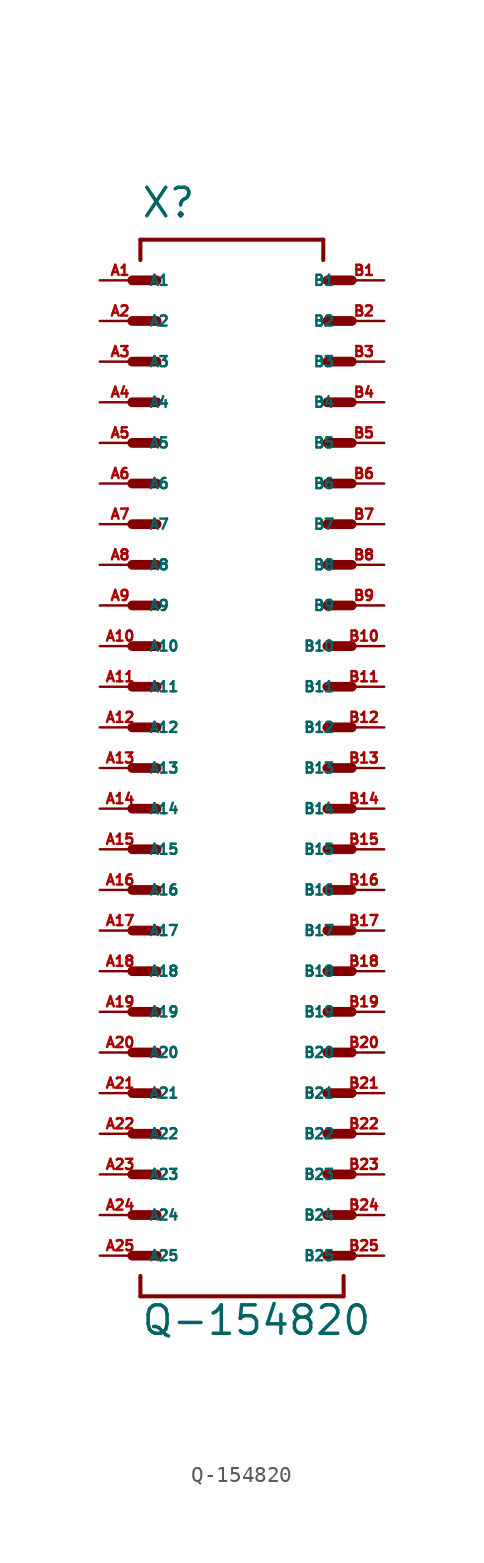
<source format=kicad_sym>
(kicad_symbol_lib
  (version 20220914)
  (generator Eagle2Kicad)
  (symbol "Q-154820"
    (property "Reference" "X"
      (at -5.08 34.29 0)
      (effects (font (size 1.778 1.778) (thickness 0.22)) (justify left bottom)))
    (property "Value" "Q-154820"
      (at -5.08 -35.56 0)
      (effects (font (size 1.778 1.778) (thickness 0.22)) (justify left bottom)))
    (polyline
      (pts (xy -5.588 30.48) (xy -4.064 30.48))
      (stroke (width 0.61) (type default))
      (fill (type none)))
    (polyline
      (pts (xy -5.588 27.94) (xy -4.064 27.94))
      (stroke (width 0.61) (type default))
      (fill (type none)))
    (polyline
      (pts (xy -5.588 25.4) (xy -4.064 25.4))
      (stroke (width 0.61) (type default))
      (fill (type none)))
    (polyline
      (pts (xy -5.588 22.86) (xy -4.064 22.86))
      (stroke (width 0.61) (type default))
      (fill (type none)))
    (polyline
      (pts (xy -5.588 20.32) (xy -4.064 20.32))
      (stroke (width 0.61) (type default))
      (fill (type none)))
    (polyline
      (pts (xy -5.588 17.78) (xy -4.064 17.78))
      (stroke (width 0.61) (type default))
      (fill (type none)))
    (polyline
      (pts (xy 8.128 17.78) (xy 6.604 17.78))
      (stroke (width 0.61) (type default))
      (fill (type none)))
    (polyline
      (pts (xy 8.128 20.32) (xy 6.604 20.32))
      (stroke (width 0.61) (type default))
      (fill (type none)))
    (polyline
      (pts (xy 8.128 22.86) (xy 6.604 22.86))
      (stroke (width 0.61) (type default))
      (fill (type none)))
    (polyline
      (pts (xy 8.128 25.4) (xy 6.604 25.4))
      (stroke (width 0.61) (type default))
      (fill (type none)))
    (polyline
      (pts (xy 8.128 27.94) (xy 6.604 27.94))
      (stroke (width 0.61) (type default))
      (fill (type none)))
    (polyline
      (pts (xy 8.128 30.48) (xy 6.604 30.48))
      (stroke (width 0.61) (type default))
      (fill (type none)))
    (polyline
      (pts (xy -5.08 31.75) (xy -5.08 33.02))
      (stroke (width 0.254) (type default))
      (fill (type none)))
    (polyline
      (pts (xy -5.08 33.02) (xy 6.35 33.02))
      (stroke (width 0.254) (type default))
      (fill (type none)))
    (polyline
      (pts (xy 6.35 33.02) (xy 6.35 31.75))
      (stroke (width 0.254) (type default))
      (fill (type none)))
    (polyline
      (pts (xy -5.08 -31.75) (xy -5.08 -33.02))
      (stroke (width 0.254) (type default))
      (fill (type none)))
    (polyline
      (pts (xy -5.08 -33.02) (xy 7.62 -33.02))
      (stroke (width 0.254) (type default))
      (fill (type none)))
    (polyline
      (pts (xy 7.62 -33.02) (xy 7.62 -31.75))
      (stroke (width 0.254) (type default))
      (fill (type none)))
    (polyline
      (pts (xy -5.588 15.24) (xy -4.064 15.24))
      (stroke (width 0.61) (type default))
      (fill (type none)))
    (polyline
      (pts (xy -5.588 12.7) (xy -4.064 12.7))
      (stroke (width 0.61) (type default))
      (fill (type none)))
    (polyline
      (pts (xy -5.588 10.16) (xy -4.064 10.16))
      (stroke (width 0.61) (type default))
      (fill (type none)))
    (polyline
      (pts (xy -5.588 7.62) (xy -4.064 7.62))
      (stroke (width 0.61) (type default))
      (fill (type none)))
    (polyline
      (pts (xy -5.588 5.08) (xy -4.064 5.08))
      (stroke (width 0.61) (type default))
      (fill (type none)))
    (polyline
      (pts (xy -5.588 2.54) (xy -4.064 2.54))
      (stroke (width 0.61) (type default))
      (fill (type none)))
    (polyline
      (pts (xy 8.128 2.54) (xy 6.604 2.54))
      (stroke (width 0.61) (type default))
      (fill (type none)))
    (polyline
      (pts (xy 8.128 5.08) (xy 6.604 5.08))
      (stroke (width 0.61) (type default))
      (fill (type none)))
    (polyline
      (pts (xy 8.128 7.62) (xy 6.604 7.62))
      (stroke (width 0.61) (type default))
      (fill (type none)))
    (polyline
      (pts (xy 8.128 10.16) (xy 6.604 10.16))
      (stroke (width 0.61) (type default))
      (fill (type none)))
    (polyline
      (pts (xy 8.128 12.7) (xy 6.604 12.7))
      (stroke (width 0.61) (type default))
      (fill (type none)))
    (polyline
      (pts (xy 8.128 15.24) (xy 6.604 15.24))
      (stroke (width 0.61) (type default))
      (fill (type none)))
    (polyline
      (pts (xy -5.588 0) (xy -4.064 0))
      (stroke (width 0.61) (type default))
      (fill (type none)))
    (polyline
      (pts (xy 8.128 0) (xy 6.604 0))
      (stroke (width 0.61) (type default))
      (fill (type none)))
    (polyline
      (pts (xy -5.588 -2.54) (xy -4.064 -2.54))
      (stroke (width 0.61) (type default))
      (fill (type none)))
    (polyline
      (pts (xy -5.588 -5.08) (xy -4.064 -5.08))
      (stroke (width 0.61) (type default))
      (fill (type none)))
    (polyline
      (pts (xy -5.588 -7.62) (xy -4.064 -7.62))
      (stroke (width 0.61) (type default))
      (fill (type none)))
    (polyline
      (pts (xy -5.588 -10.16) (xy -4.064 -10.16))
      (stroke (width 0.61) (type default))
      (fill (type none)))
    (polyline
      (pts (xy -5.588 -12.7) (xy -4.064 -12.7))
      (stroke (width 0.61) (type default))
      (fill (type none)))
    (polyline
      (pts (xy -5.588 -15.24) (xy -4.064 -15.24))
      (stroke (width 0.61) (type default))
      (fill (type none)))
    (polyline
      (pts (xy 8.128 -15.24) (xy 6.604 -15.24))
      (stroke (width 0.61) (type default))
      (fill (type none)))
    (polyline
      (pts (xy 8.128 -12.7) (xy 6.604 -12.7))
      (stroke (width 0.61) (type default))
      (fill (type none)))
    (polyline
      (pts (xy 8.128 -10.16) (xy 6.604 -10.16))
      (stroke (width 0.61) (type default))
      (fill (type none)))
    (polyline
      (pts (xy 8.128 -7.62) (xy 6.604 -7.62))
      (stroke (width 0.61) (type default))
      (fill (type none)))
    (polyline
      (pts (xy 8.128 -5.08) (xy 6.604 -5.08))
      (stroke (width 0.61) (type default))
      (fill (type none)))
    (polyline
      (pts (xy 8.128 -2.54) (xy 6.604 -2.54))
      (stroke (width 0.61) (type default))
      (fill (type none)))
    (polyline
      (pts (xy -5.588 -17.78) (xy -4.064 -17.78))
      (stroke (width 0.61) (type default))
      (fill (type none)))
    (polyline
      (pts (xy -5.588 -20.32) (xy -4.064 -20.32))
      (stroke (width 0.61) (type default))
      (fill (type none)))
    (polyline
      (pts (xy -5.588 -22.86) (xy -4.064 -22.86))
      (stroke (width 0.61) (type default))
      (fill (type none)))
    (polyline
      (pts (xy -5.588 -25.4) (xy -4.064 -25.4))
      (stroke (width 0.61) (type default))
      (fill (type none)))
    (polyline
      (pts (xy -5.588 -27.94) (xy -4.064 -27.94))
      (stroke (width 0.61) (type default))
      (fill (type none)))
    (polyline
      (pts (xy -5.588 -30.48) (xy -4.064 -30.48))
      (stroke (width 0.61) (type default))
      (fill (type none)))
    (polyline
      (pts (xy 8.128 -30.48) (xy 6.604 -30.48))
      (stroke (width 0.61) (type default))
      (fill (type none)))
    (polyline
      (pts (xy 8.128 -27.94) (xy 6.604 -27.94))
      (stroke (width 0.61) (type default))
      (fill (type none)))
    (polyline
      (pts (xy 8.128 -25.4) (xy 6.604 -25.4))
      (stroke (width 0.61) (type default))
      (fill (type none)))
    (polyline
      (pts (xy 8.128 -22.86) (xy 6.604 -22.86))
      (stroke (width 0.61) (type default))
      (fill (type none)))
    (polyline
      (pts (xy 8.128 -20.32) (xy 6.604 -20.32))
      (stroke (width 0.61) (type default))
      (fill (type none)))
    (polyline
      (pts (xy 8.128 -17.78) (xy 6.604 -17.78))
      (stroke (width 0.61) (type default))
      (fill (type none)))
    (pin passive line
      (at -7.62 30.48 0)
      (length 2.54)
      (name "A1" (effects (font (size 0.635 0.635) (thickness 0.08)) (justify left bottom)))
      (number "A1" (effects (font (size 0.635 0.635) (thickness 0.08)) (justify left bottom))))
    (pin passive line
      (at -7.62 27.94 0)
      (length 2.54)
      (name "A2" (effects (font (size 0.635 0.635) (thickness 0.08)) (justify left bottom)))
      (number "A2" (effects (font (size 0.635 0.635) (thickness 0.08)) (justify left bottom))))
    (pin passive line
      (at -7.62 25.4 0)
      (length 2.54)
      (name "A3" (effects (font (size 0.635 0.635) (thickness 0.08)) (justify left bottom)))
      (number "A3" (effects (font (size 0.635 0.635) (thickness 0.08)) (justify left bottom))))
    (pin passive line
      (at -7.62 22.86 0)
      (length 2.54)
      (name "A4" (effects (font (size 0.635 0.635) (thickness 0.08)) (justify left bottom)))
      (number "A4" (effects (font (size 0.635 0.635) (thickness 0.08)) (justify left bottom))))
    (pin passive line
      (at -7.62 20.32 0)
      (length 2.54)
      (name "A5" (effects (font (size 0.635 0.635) (thickness 0.08)) (justify left bottom)))
      (number "A5" (effects (font (size 0.635 0.635) (thickness 0.08)) (justify left bottom))))
    (pin passive line
      (at -7.62 17.78 0)
      (length 2.54)
      (name "A6" (effects (font (size 0.635 0.635) (thickness 0.08)) (justify left bottom)))
      (number "A6" (effects (font (size 0.635 0.635) (thickness 0.08)) (justify left bottom))))
    (pin passive line
      (at 10.16 30.48 180)
      (length 2.54)
      (name "B1" (effects (font (size 0.635 0.635) (thickness 0.08)) (justify left bottom)))
      (number "B1" (effects (font (size 0.635 0.635) (thickness 0.08)) (justify left bottom))))
    (pin passive line
      (at 10.16 27.94 180)
      (length 2.54)
      (name "B2" (effects (font (size 0.635 0.635) (thickness 0.08)) (justify left bottom)))
      (number "B2" (effects (font (size 0.635 0.635) (thickness 0.08)) (justify left bottom))))
    (pin passive line
      (at 10.16 25.4 180)
      (length 2.54)
      (name "B3" (effects (font (size 0.635 0.635) (thickness 0.08)) (justify left bottom)))
      (number "B3" (effects (font (size 0.635 0.635) (thickness 0.08)) (justify left bottom))))
    (pin passive line
      (at 10.16 22.86 180)
      (length 2.54)
      (name "B4" (effects (font (size 0.635 0.635) (thickness 0.08)) (justify left bottom)))
      (number "B4" (effects (font (size 0.635 0.635) (thickness 0.08)) (justify left bottom))))
    (pin passive line
      (at 10.16 20.32 180)
      (length 2.54)
      (name "B5" (effects (font (size 0.635 0.635) (thickness 0.08)) (justify left bottom)))
      (number "B5" (effects (font (size 0.635 0.635) (thickness 0.08)) (justify left bottom))))
    (pin passive line
      (at 10.16 17.78 180)
      (length 2.54)
      (name "B6" (effects (font (size 0.635 0.635) (thickness 0.08)) (justify left bottom)))
      (number "B6" (effects (font (size 0.635 0.635) (thickness 0.08)) (justify left bottom))))
    (pin passive line
      (at -7.62 15.24 0)
      (length 2.54)
      (name "A7" (effects (font (size 0.635 0.635) (thickness 0.08)) (justify left bottom)))
      (number "A7" (effects (font (size 0.635 0.635) (thickness 0.08)) (justify left bottom))))
    (pin passive line
      (at -7.62 12.7 0)
      (length 2.54)
      (name "A8" (effects (font (size 0.635 0.635) (thickness 0.08)) (justify left bottom)))
      (number "A8" (effects (font (size 0.635 0.635) (thickness 0.08)) (justify left bottom))))
    (pin passive line
      (at -7.62 10.16 0)
      (length 2.54)
      (name "A9" (effects (font (size 0.635 0.635) (thickness 0.08)) (justify left bottom)))
      (number "A9" (effects (font (size 0.635 0.635) (thickness 0.08)) (justify left bottom))))
    (pin passive line
      (at -7.62 7.62 0)
      (length 2.54)
      (name "A10" (effects (font (size 0.635 0.635) (thickness 0.08)) (justify left bottom)))
      (number "A10" (effects (font (size 0.635 0.635) (thickness 0.08)) (justify left bottom))))
    (pin passive line
      (at -7.62 5.08 0)
      (length 2.54)
      (name "A11" (effects (font (size 0.635 0.635) (thickness 0.08)) (justify left bottom)))
      (number "A11" (effects (font (size 0.635 0.635) (thickness 0.08)) (justify left bottom))))
    (pin passive line
      (at -7.62 2.54 0)
      (length 2.54)
      (name "A12" (effects (font (size 0.635 0.635) (thickness 0.08)) (justify left bottom)))
      (number "A12" (effects (font (size 0.635 0.635) (thickness 0.08)) (justify left bottom))))
    (pin passive line
      (at 10.16 15.24 180)
      (length 2.54)
      (name "B7" (effects (font (size 0.635 0.635) (thickness 0.08)) (justify left bottom)))
      (number "B7" (effects (font (size 0.635 0.635) (thickness 0.08)) (justify left bottom))))
    (pin passive line
      (at 10.16 12.7 180)
      (length 2.54)
      (name "B8" (effects (font (size 0.635 0.635) (thickness 0.08)) (justify left bottom)))
      (number "B8" (effects (font (size 0.635 0.635) (thickness 0.08)) (justify left bottom))))
    (pin passive line
      (at 10.16 10.16 180)
      (length 2.54)
      (name "B9" (effects (font (size 0.635 0.635) (thickness 0.08)) (justify left bottom)))
      (number "B9" (effects (font (size 0.635 0.635) (thickness 0.08)) (justify left bottom))))
    (pin passive line
      (at 10.16 7.62 180)
      (length 2.54)
      (name "B10" (effects (font (size 0.635 0.635) (thickness 0.08)) (justify left bottom)))
      (number "B10" (effects (font (size 0.635 0.635) (thickness 0.08)) (justify left bottom))))
    (pin passive line
      (at 10.16 5.08 180)
      (length 2.54)
      (name "B11" (effects (font (size 0.635 0.635) (thickness 0.08)) (justify left bottom)))
      (number "B11" (effects (font (size 0.635 0.635) (thickness 0.08)) (justify left bottom))))
    (pin passive line
      (at 10.16 2.54 180)
      (length 2.54)
      (name "B12" (effects (font (size 0.635 0.635) (thickness 0.08)) (justify left bottom)))
      (number "B12" (effects (font (size 0.635 0.635) (thickness 0.08)) (justify left bottom))))
    (pin passive line
      (at -7.62 0 0)
      (length 2.54)
      (name "A13" (effects (font (size 0.635 0.635) (thickness 0.08)) (justify left bottom)))
      (number "A13" (effects (font (size 0.635 0.635) (thickness 0.08)) (justify left bottom))))
    (pin passive line
      (at 10.16 0 180)
      (length 2.54)
      (name "B13" (effects (font (size 0.635 0.635) (thickness 0.08)) (justify left bottom)))
      (number "B13" (effects (font (size 0.635 0.635) (thickness 0.08)) (justify left bottom))))
    (pin passive line
      (at -7.62 -2.54 0)
      (length 2.54)
      (name "A14" (effects (font (size 0.635 0.635) (thickness 0.08)) (justify left bottom)))
      (number "A14" (effects (font (size 0.635 0.635) (thickness 0.08)) (justify left bottom))))
    (pin passive line
      (at -7.62 -5.08 0)
      (length 2.54)
      (name "A15" (effects (font (size 0.635 0.635) (thickness 0.08)) (justify left bottom)))
      (number "A15" (effects (font (size 0.635 0.635) (thickness 0.08)) (justify left bottom))))
    (pin passive line
      (at -7.62 -7.62 0)
      (length 2.54)
      (name "A16" (effects (font (size 0.635 0.635) (thickness 0.08)) (justify left bottom)))
      (number "A16" (effects (font (size 0.635 0.635) (thickness 0.08)) (justify left bottom))))
    (pin passive line
      (at -7.62 -10.16 0)
      (length 2.54)
      (name "A17" (effects (font (size 0.635 0.635) (thickness 0.08)) (justify left bottom)))
      (number "A17" (effects (font (size 0.635 0.635) (thickness 0.08)) (justify left bottom))))
    (pin passive line
      (at -7.62 -12.7 0)
      (length 2.54)
      (name "A18" (effects (font (size 0.635 0.635) (thickness 0.08)) (justify left bottom)))
      (number "A18" (effects (font (size 0.635 0.635) (thickness 0.08)) (justify left bottom))))
    (pin passive line
      (at -7.62 -15.24 0)
      (length 2.54)
      (name "A19" (effects (font (size 0.635 0.635) (thickness 0.08)) (justify left bottom)))
      (number "A19" (effects (font (size 0.635 0.635) (thickness 0.08)) (justify left bottom))))
    (pin passive line
      (at 10.16 -2.54 180)
      (length 2.54)
      (name "B14" (effects (font (size 0.635 0.635) (thickness 0.08)) (justify left bottom)))
      (number "B14" (effects (font (size 0.635 0.635) (thickness 0.08)) (justify left bottom))))
    (pin passive line
      (at 10.16 -5.08 180)
      (length 2.54)
      (name "B15" (effects (font (size 0.635 0.635) (thickness 0.08)) (justify left bottom)))
      (number "B15" (effects (font (size 0.635 0.635) (thickness 0.08)) (justify left bottom))))
    (pin passive line
      (at 10.16 -7.62 180)
      (length 2.54)
      (name "B16" (effects (font (size 0.635 0.635) (thickness 0.08)) (justify left bottom)))
      (number "B16" (effects (font (size 0.635 0.635) (thickness 0.08)) (justify left bottom))))
    (pin passive line
      (at 10.16 -10.16 180)
      (length 2.54)
      (name "B17" (effects (font (size 0.635 0.635) (thickness 0.08)) (justify left bottom)))
      (number "B17" (effects (font (size 0.635 0.635) (thickness 0.08)) (justify left bottom))))
    (pin passive line
      (at 10.16 -12.7 180)
      (length 2.54)
      (name "B18" (effects (font (size 0.635 0.635) (thickness 0.08)) (justify left bottom)))
      (number "B18" (effects (font (size 0.635 0.635) (thickness 0.08)) (justify left bottom))))
    (pin passive line
      (at 10.16 -15.24 180)
      (length 2.54)
      (name "B19" (effects (font (size 0.635 0.635) (thickness 0.08)) (justify left bottom)))
      (number "B19" (effects (font (size 0.635 0.635) (thickness 0.08)) (justify left bottom))))
    (pin passive line
      (at -7.62 -17.78 0)
      (length 2.54)
      (name "A20" (effects (font (size 0.635 0.635) (thickness 0.08)) (justify left bottom)))
      (number "A20" (effects (font (size 0.635 0.635) (thickness 0.08)) (justify left bottom))))
    (pin passive line
      (at -7.62 -20.32 0)
      (length 2.54)
      (name "A21" (effects (font (size 0.635 0.635) (thickness 0.08)) (justify left bottom)))
      (number "A21" (effects (font (size 0.635 0.635) (thickness 0.08)) (justify left bottom))))
    (pin passive line
      (at -7.62 -22.86 0)
      (length 2.54)
      (name "A22" (effects (font (size 0.635 0.635) (thickness 0.08)) (justify left bottom)))
      (number "A22" (effects (font (size 0.635 0.635) (thickness 0.08)) (justify left bottom))))
    (pin passive line
      (at -7.62 -25.4 0)
      (length 2.54)
      (name "A23" (effects (font (size 0.635 0.635) (thickness 0.08)) (justify left bottom)))
      (number "A23" (effects (font (size 0.635 0.635) (thickness 0.08)) (justify left bottom))))
    (pin passive line
      (at -7.62 -27.94 0)
      (length 2.54)
      (name "A24" (effects (font (size 0.635 0.635) (thickness 0.08)) (justify left bottom)))
      (number "A24" (effects (font (size 0.635 0.635) (thickness 0.08)) (justify left bottom))))
    (pin passive line
      (at -7.62 -30.48 0)
      (length 2.54)
      (name "A25" (effects (font (size 0.635 0.635) (thickness 0.08)) (justify left bottom)))
      (number "A25" (effects (font (size 0.635 0.635) (thickness 0.08)) (justify left bottom))))
    (pin passive line
      (at 10.16 -17.78 180)
      (length 2.54)
      (name "B20" (effects (font (size 0.635 0.635) (thickness 0.08)) (justify left bottom)))
      (number "B20" (effects (font (size 0.635 0.635) (thickness 0.08)) (justify left bottom))))
    (pin passive line
      (at 10.16 -20.32 180)
      (length 2.54)
      (name "B21" (effects (font (size 0.635 0.635) (thickness 0.08)) (justify left bottom)))
      (number "B21" (effects (font (size 0.635 0.635) (thickness 0.08)) (justify left bottom))))
    (pin passive line
      (at 10.16 -22.86 180)
      (length 2.54)
      (name "B22" (effects (font (size 0.635 0.635) (thickness 0.08)) (justify left bottom)))
      (number "B22" (effects (font (size 0.635 0.635) (thickness 0.08)) (justify left bottom))))
    (pin passive line
      (at 10.16 -25.4 180)
      (length 2.54)
      (name "B23" (effects (font (size 0.635 0.635) (thickness 0.08)) (justify left bottom)))
      (number "B23" (effects (font (size 0.635 0.635) (thickness 0.08)) (justify left bottom))))
    (pin passive line
      (at 10.16 -27.94 180)
      (length 2.54)
      (name "B24" (effects (font (size 0.635 0.635) (thickness 0.08)) (justify left bottom)))
      (number "B24" (effects (font (size 0.635 0.635) (thickness 0.08)) (justify left bottom))))
    (pin passive line
      (at 10.16 -30.48 180)
      (length 2.54)
      (name "B25" (effects (font (size 0.635 0.635) (thickness 0.08)) (justify left bottom)))
      (number "B25" (effects (font (size 0.635 0.635) (thickness 0.08)) (justify left bottom))))))
</source>
